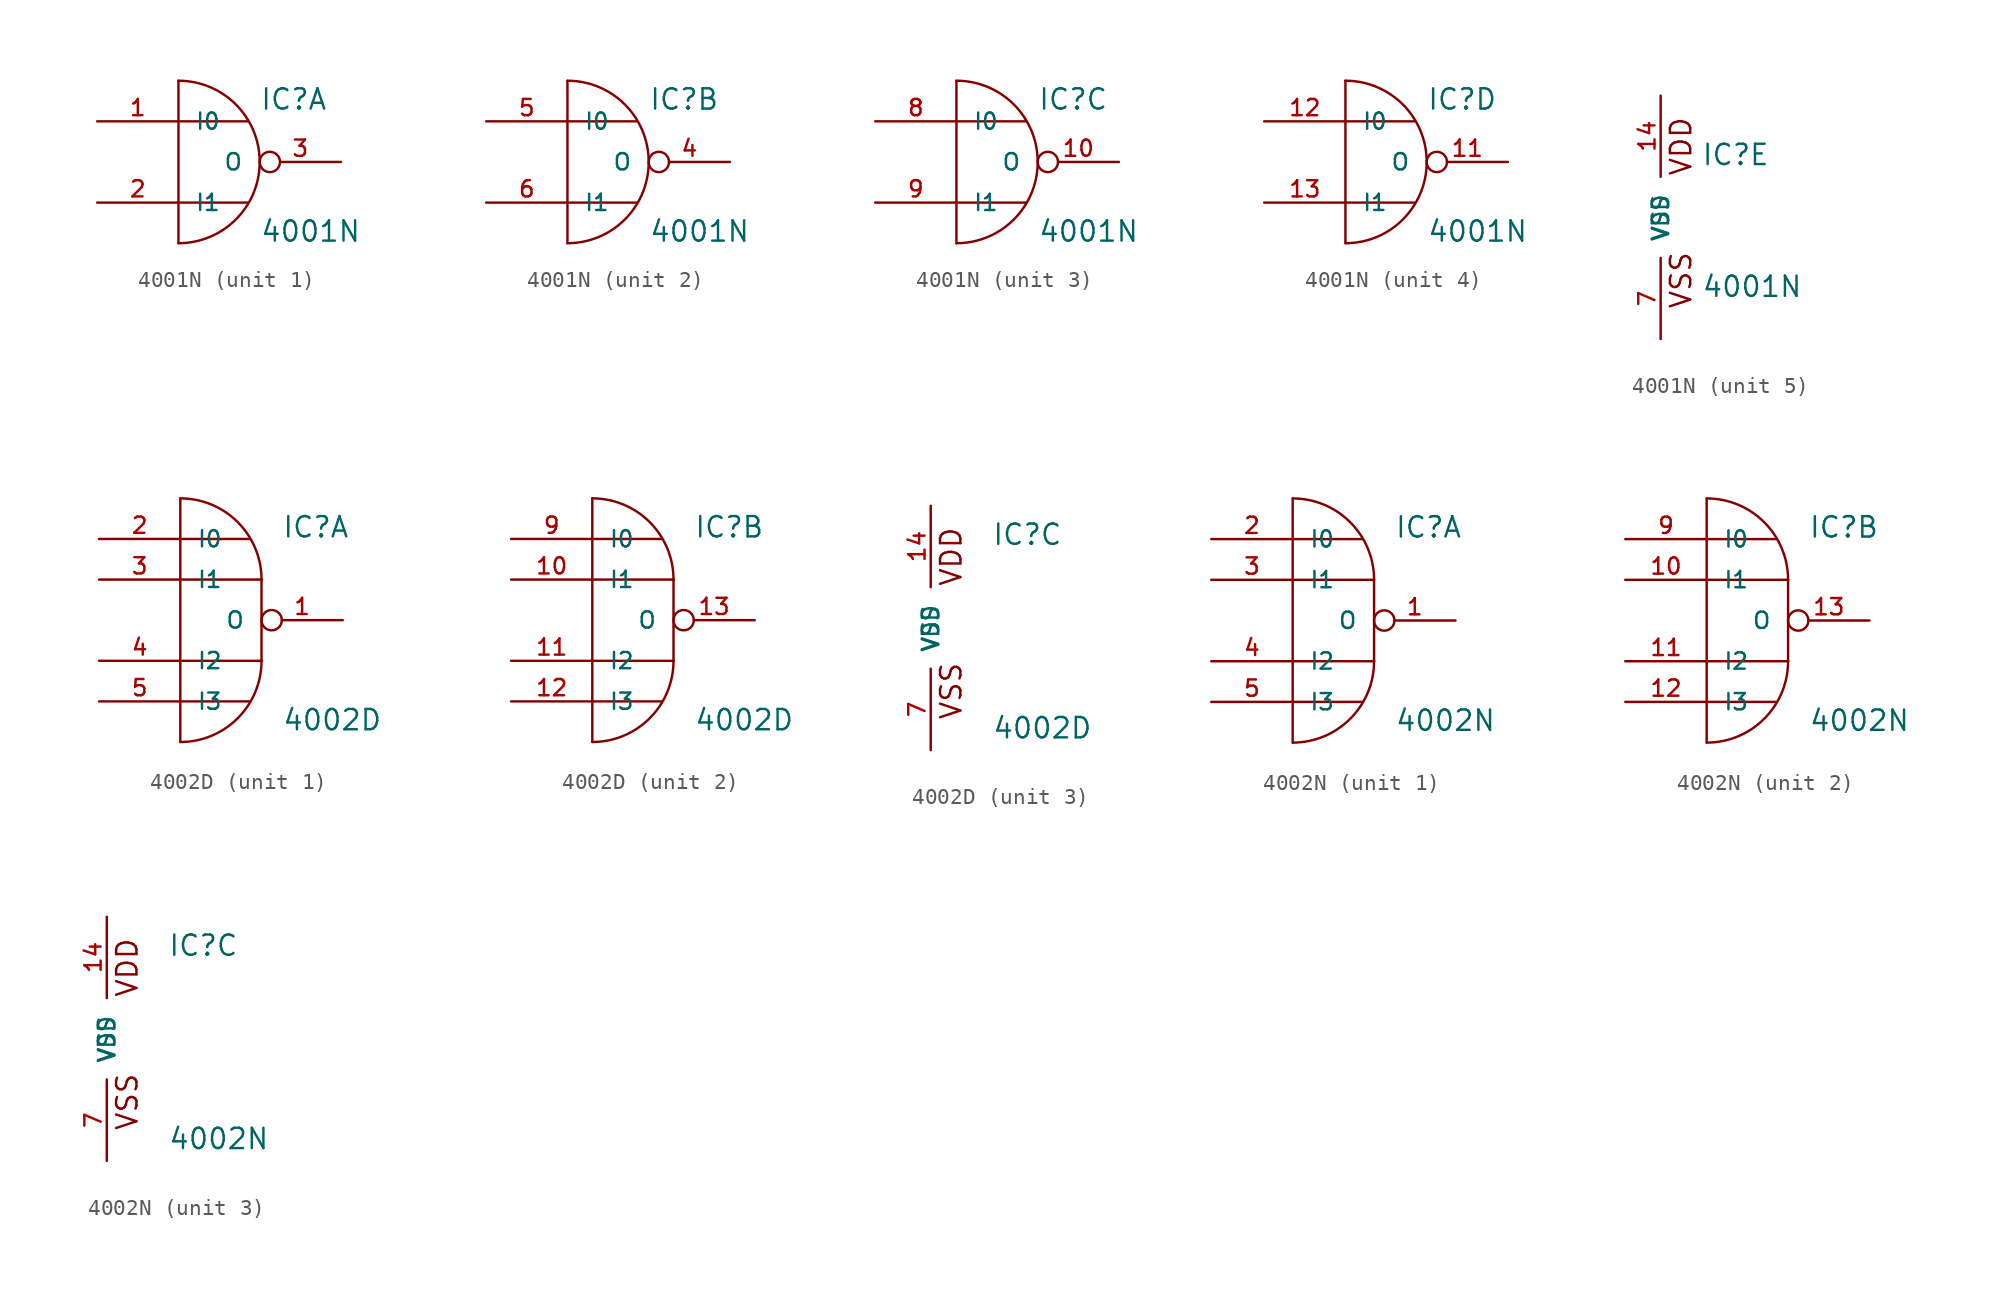
<source format=kicad_sym>
(kicad_symbol_lib
  (version 20211014)
  (generator kicad_symbol_editor)
  (symbol "4001N"
    (pin_names
      (offset 1.016))
    (property "Reference" "IC"
      (at 2.54 3.175 0)
      (effects (font (size 1.27 1.27)) (justify left bottom)))
    (property "Value" "4001N"
      (at 2.54 -5.08 0)
      (effects (font (size 1.27 1.27)) (justify left bottom)))
    (property "ki_locked" ""
      (at 0 0 0)
      (effects (font (size 1.27 1.27))))
    (symbol "4001N_1_0"
      (polyline (pts (xy -2.54 -5.08) (xy -2.54 5.08)) (stroke (width 0) (type default) (color 0 0 0 0)) (fill (type none)))
      (polyline (pts (xy -2.54 -2.54) (xy 1.778 -2.54)) (stroke (width 0) (type default) (color 0 0 0 0)) (fill (type none)))
      (polyline (pts (xy -2.54 2.54) (xy 1.778 2.54)) (stroke (width 0) (type default) (color 0 0 0 0)) (fill (type none))))
    (symbol "4001N_1_1"
      (arc (start -2.54 -5.08) (mid 2.54 0) (end -2.54 5.08) (stroke (width 0) (type default) (color 0 0 0 0)) (fill (type none)))
      (pin input line (at -7.62 2.54 0) (length 5.08) (name "I0" (effects (font (size 1.016 1.016)))) (number "1" (effects (font (size 1.016 1.016)))))
      (pin input line (at -7.62 -2.54 0) (length 5.08) (name "I1" (effects (font (size 1.016 1.016)))) (number "2" (effects (font (size 1.016 1.016)))))
      (pin output inverted (at 7.62 0 180) (length 5.08) (name "O" (effects (font (size 1.016 1.016)))) (number "3" (effects (font (size 1.016 1.016))))))
    (symbol "4001N_2_0"
      (polyline (pts (xy -2.54 -5.08) (xy -2.54 5.08)) (stroke (width 0) (type default) (color 0 0 0 0)) (fill (type none)))
      (polyline (pts (xy -2.54 -2.54) (xy 1.778 -2.54)) (stroke (width 0) (type default) (color 0 0 0 0)) (fill (type none)))
      (polyline (pts (xy -2.54 2.54) (xy 1.778 2.54)) (stroke (width 0) (type default) (color 0 0 0 0)) (fill (type none))))
    (symbol "4001N_2_1"
      (arc (start -2.54 -5.08) (mid 2.54 0) (end -2.54 5.08) (stroke (width 0) (type default) (color 0 0 0 0)) (fill (type none)))
      (pin output inverted (at 7.62 0 180) (length 5.08) (name "O" (effects (font (size 1.016 1.016)))) (number "4" (effects (font (size 1.016 1.016)))))
      (pin input line (at -7.62 2.54 0) (length 5.08) (name "I0" (effects (font (size 1.016 1.016)))) (number "5" (effects (font (size 1.016 1.016)))))
      (pin input line (at -7.62 -2.54 0) (length 5.08) (name "I1" (effects (font (size 1.016 1.016)))) (number "6" (effects (font (size 1.016 1.016))))))
    (symbol "4001N_3_0"
      (polyline (pts (xy -2.54 -5.08) (xy -2.54 5.08)) (stroke (width 0) (type default) (color 0 0 0 0)) (fill (type none)))
      (polyline (pts (xy -2.54 -2.54) (xy 1.778 -2.54)) (stroke (width 0) (type default) (color 0 0 0 0)) (fill (type none)))
      (polyline (pts (xy -2.54 2.54) (xy 1.778 2.54)) (stroke (width 0) (type default) (color 0 0 0 0)) (fill (type none))))
    (symbol "4001N_3_1"
      (arc (start -2.54 -5.08) (mid 2.54 0) (end -2.54 5.08) (stroke (width 0) (type default) (color 0 0 0 0)) (fill (type none)))
      (pin output inverted (at 7.62 0 180) (length 5.08) (name "O" (effects (font (size 1.016 1.016)))) (number "10" (effects (font (size 1.016 1.016)))))
      (pin input line (at -7.62 2.54 0) (length 5.08) (name "I0" (effects (font (size 1.016 1.016)))) (number "8" (effects (font (size 1.016 1.016)))))
      (pin input line (at -7.62 -2.54 0) (length 5.08) (name "I1" (effects (font (size 1.016 1.016)))) (number "9" (effects (font (size 1.016 1.016))))))
    (symbol "4001N_4_0"
      (polyline (pts (xy -2.54 -5.08) (xy -2.54 5.08)) (stroke (width 0) (type default) (color 0 0 0 0)) (fill (type none)))
      (polyline (pts (xy -2.54 -2.54) (xy 1.778 -2.54)) (stroke (width 0) (type default) (color 0 0 0 0)) (fill (type none)))
      (polyline (pts (xy -2.54 2.54) (xy 1.778 2.54)) (stroke (width 0) (type default) (color 0 0 0 0)) (fill (type none))))
    (symbol "4001N_4_1"
      (arc (start -2.54 -5.08) (mid 2.54 0) (end -2.54 5.08) (stroke (width 0) (type default) (color 0 0 0 0)) (fill (type none)))
      (pin output inverted (at 7.62 0 180) (length 5.08) (name "O" (effects (font (size 1.016 1.016)))) (number "11" (effects (font (size 1.016 1.016)))))
      (pin input line (at -7.62 2.54 0) (length 5.08) (name "I0" (effects (font (size 1.016 1.016)))) (number "12" (effects (font (size 1.016 1.016)))))
      (pin input line (at -7.62 -2.54 0) (length 5.08) (name "I1" (effects (font (size 1.016 1.016)))) (number "13" (effects (font (size 1.016 1.016))))))
    (symbol "4001N_5_0"
      (text "VDD" (at 1.27 4.445 1) (effects (font (size 1.27 1.27))))
      (text "VSS" (at 1.27 -3.937 1) (effects (font (size 1.27 1.27)))))
    (symbol "4001N_5_1"
      (pin power_in line (at 0 7.62 270) (length 5.08) (name "VDD" (effects (font (size 1.016 1.016)))) (number "14" (effects (font (size 1.016 1.016)))))
      (pin power_in line (at 0 -7.62 90) (length 5.08) (name "VSS" (effects (font (size 1.016 1.016)))) (number "7" (effects (font (size 1.016 1.016)))))))
  (symbol "4002D"
    (pin_names
      (offset 1.016))
    (property "Reference" "IC"
      (at 3.81 5.08 0)
      (effects (font (size 1.27 1.27)) (justify left bottom)))
    (property "Value" "4002D"
      (at 3.81 -6.985 0)
      (effects (font (size 1.27 1.27)) (justify left bottom)))
    (property "ki_locked" ""
      (at 0 0 0)
      (effects (font (size 1.27 1.27))))
    (symbol "4002D_1_0"
      (polyline (pts (xy -2.54 -5.08) (xy 1.778 -5.08)) (stroke (width 0) (type default) (color 0 0 0 0)) (fill (type none)))
      (polyline (pts (xy -2.54 -2.54) (xy 2.54 -2.54)) (stroke (width 0) (type default) (color 0 0 0 0)) (fill (type none)))
      (polyline (pts (xy -2.54 2.54) (xy 2.54 2.54)) (stroke (width 0) (type default) (color 0 0 0 0)) (fill (type none)))
      (polyline (pts (xy -2.54 5.08) (xy 1.778 5.08)) (stroke (width 0) (type default) (color 0 0 0 0)) (fill (type none)))
      (polyline (pts (xy -2.54 7.62) (xy -2.54 -7.62)) (stroke (width 0) (type default) (color 0 0 0 0)) (fill (type none)))
      (polyline (pts (xy 2.54 2.54) (xy 2.54 -2.54)) (stroke (width 0) (type default) (color 0 0 0 0)) (fill (type none))))
    (symbol "4002D_1_1"
      (arc (start -2.54 -7.62) (mid 1.0521 -6.1321) (end 2.54 -2.54) (stroke (width 0) (type default) (color 0 0 0 0)) (fill (type none)))
      (arc (start 2.54 2.54) (mid 1.0521 6.1321) (end -2.54 7.62) (stroke (width 0) (type default) (color 0 0 0 0)) (fill (type none)))
      (pin output inverted (at 7.62 0 180) (length 5.08) (name "O" (effects (font (size 1.016 1.016)))) (number "1" (effects (font (size 1.016 1.016)))))
      (pin input line (at -7.62 5.08 0) (length 5.08) (name "I0" (effects (font (size 1.016 1.016)))) (number "2" (effects (font (size 1.016 1.016)))))
      (pin input line (at -7.62 2.54 0) (length 5.08) (name "I1" (effects (font (size 1.016 1.016)))) (number "3" (effects (font (size 1.016 1.016)))))
      (pin input line (at -7.62 -2.54 0) (length 5.08) (name "I2" (effects (font (size 1.016 1.016)))) (number "4" (effects (font (size 1.016 1.016)))))
      (pin input line (at -7.62 -5.08 0) (length 5.08) (name "I3" (effects (font (size 1.016 1.016)))) (number "5" (effects (font (size 1.016 1.016))))))
    (symbol "4002D_2_0"
      (polyline (pts (xy -2.54 -5.08) (xy 1.778 -5.08)) (stroke (width 0) (type default) (color 0 0 0 0)) (fill (type none)))
      (polyline (pts (xy -2.54 -2.54) (xy 2.54 -2.54)) (stroke (width 0) (type default) (color 0 0 0 0)) (fill (type none)))
      (polyline (pts (xy -2.54 2.54) (xy 2.54 2.54)) (stroke (width 0) (type default) (color 0 0 0 0)) (fill (type none)))
      (polyline (pts (xy -2.54 5.08) (xy 1.778 5.08)) (stroke (width 0) (type default) (color 0 0 0 0)) (fill (type none)))
      (polyline (pts (xy -2.54 7.62) (xy -2.54 -7.62)) (stroke (width 0) (type default) (color 0 0 0 0)) (fill (type none)))
      (polyline (pts (xy 2.54 2.54) (xy 2.54 -2.54)) (stroke (width 0) (type default) (color 0 0 0 0)) (fill (type none))))
    (symbol "4002D_2_1"
      (arc (start -2.54 -7.62) (mid 1.0521 -6.1321) (end 2.54 -2.54) (stroke (width 0) (type default) (color 0 0 0 0)) (fill (type none)))
      (arc (start 2.54 2.54) (mid 1.0521 6.1321) (end -2.54 7.62) (stroke (width 0) (type default) (color 0 0 0 0)) (fill (type none)))
      (pin input line (at -7.62 2.54 0) (length 5.08) (name "I1" (effects (font (size 1.016 1.016)))) (number "10" (effects (font (size 1.016 1.016)))))
      (pin input line (at -7.62 -2.54 0) (length 5.08) (name "I2" (effects (font (size 1.016 1.016)))) (number "11" (effects (font (size 1.016 1.016)))))
      (pin input line (at -7.62 -5.08 0) (length 5.08) (name "I3" (effects (font (size 1.016 1.016)))) (number "12" (effects (font (size 1.016 1.016)))))
      (pin output inverted (at 7.62 0 180) (length 5.08) (name "O" (effects (font (size 1.016 1.016)))) (number "13" (effects (font (size 1.016 1.016)))))
      (pin input line (at -7.62 5.08 0) (length 5.08) (name "I0" (effects (font (size 1.016 1.016)))) (number "9" (effects (font (size 1.016 1.016))))))
    (symbol "4002D_3_0"
      (text "VDD" (at 1.27 4.445 1) (effects (font (size 1.27 1.27))))
      (text "VSS" (at 1.27 -3.937 1) (effects (font (size 1.27 1.27)))))
    (symbol "4002D_3_1"
      (pin power_in line (at 0 7.62 270) (length 5.08) (name "VDD" (effects (font (size 1.016 1.016)))) (number "14" (effects (font (size 1.016 1.016)))))
      (pin power_in line (at 0 -7.62 90) (length 5.08) (name "VSS" (effects (font (size 1.016 1.016)))) (number "7" (effects (font (size 1.016 1.016)))))))
  (symbol "4002N"
    (pin_names
      (offset 1.016))
    (property "Reference" "IC"
      (at 3.81 5.08 0)
      (effects (font (size 1.27 1.27)) (justify left bottom)))
    (property "Value" "4002N"
      (at 3.81 -6.985 0)
      (effects (font (size 1.27 1.27)) (justify left bottom)))
    (property "ki_locked" ""
      (at 0 0 0)
      (effects (font (size 1.27 1.27))))
    (symbol "4002N_1_0"
      (polyline (pts (xy -2.54 -5.08) (xy 1.778 -5.08)) (stroke (width 0) (type default) (color 0 0 0 0)) (fill (type none)))
      (polyline (pts (xy -2.54 -2.54) (xy 2.54 -2.54)) (stroke (width 0) (type default) (color 0 0 0 0)) (fill (type none)))
      (polyline (pts (xy -2.54 2.54) (xy 2.54 2.54)) (stroke (width 0) (type default) (color 0 0 0 0)) (fill (type none)))
      (polyline (pts (xy -2.54 5.08) (xy 1.778 5.08)) (stroke (width 0) (type default) (color 0 0 0 0)) (fill (type none)))
      (polyline (pts (xy -2.54 7.62) (xy -2.54 -7.62)) (stroke (width 0) (type default) (color 0 0 0 0)) (fill (type none)))
      (polyline (pts (xy 2.54 2.54) (xy 2.54 -2.54)) (stroke (width 0) (type default) (color 0 0 0 0)) (fill (type none))))
    (symbol "4002N_1_1"
      (arc (start -2.54 -7.62) (mid 1.0521 -6.1321) (end 2.54 -2.54) (stroke (width 0) (type default) (color 0 0 0 0)) (fill (type none)))
      (arc (start 2.54 2.54) (mid 1.0521 6.1321) (end -2.54 7.62) (stroke (width 0) (type default) (color 0 0 0 0)) (fill (type none)))
      (pin output inverted (at 7.62 0 180) (length 5.08) (name "O" (effects (font (size 1.016 1.016)))) (number "1" (effects (font (size 1.016 1.016)))))
      (pin input line (at -7.62 5.08 0) (length 5.08) (name "I0" (effects (font (size 1.016 1.016)))) (number "2" (effects (font (size 1.016 1.016)))))
      (pin input line (at -7.62 2.54 0) (length 5.08) (name "I1" (effects (font (size 1.016 1.016)))) (number "3" (effects (font (size 1.016 1.016)))))
      (pin input line (at -7.62 -2.54 0) (length 5.08) (name "I2" (effects (font (size 1.016 1.016)))) (number "4" (effects (font (size 1.016 1.016)))))
      (pin input line (at -7.62 -5.08 0) (length 5.08) (name "I3" (effects (font (size 1.016 1.016)))) (number "5" (effects (font (size 1.016 1.016))))))
    (symbol "4002N_2_0"
      (polyline (pts (xy -2.54 -5.08) (xy 1.778 -5.08)) (stroke (width 0) (type default) (color 0 0 0 0)) (fill (type none)))
      (polyline (pts (xy -2.54 -2.54) (xy 2.54 -2.54)) (stroke (width 0) (type default) (color 0 0 0 0)) (fill (type none)))
      (polyline (pts (xy -2.54 2.54) (xy 2.54 2.54)) (stroke (width 0) (type default) (color 0 0 0 0)) (fill (type none)))
      (polyline (pts (xy -2.54 5.08) (xy 1.778 5.08)) (stroke (width 0) (type default) (color 0 0 0 0)) (fill (type none)))
      (polyline (pts (xy -2.54 7.62) (xy -2.54 -7.62)) (stroke (width 0) (type default) (color 0 0 0 0)) (fill (type none)))
      (polyline (pts (xy 2.54 2.54) (xy 2.54 -2.54)) (stroke (width 0) (type default) (color 0 0 0 0)) (fill (type none))))
    (symbol "4002N_2_1"
      (arc (start -2.54 -7.62) (mid 1.0521 -6.1321) (end 2.54 -2.54) (stroke (width 0) (type default) (color 0 0 0 0)) (fill (type none)))
      (arc (start 2.54 2.54) (mid 1.0521 6.1321) (end -2.54 7.62) (stroke (width 0) (type default) (color 0 0 0 0)) (fill (type none)))
      (pin input line (at -7.62 2.54 0) (length 5.08) (name "I1" (effects (font (size 1.016 1.016)))) (number "10" (effects (font (size 1.016 1.016)))))
      (pin input line (at -7.62 -2.54 0) (length 5.08) (name "I2" (effects (font (size 1.016 1.016)))) (number "11" (effects (font (size 1.016 1.016)))))
      (pin input line (at -7.62 -5.08 0) (length 5.08) (name "I3" (effects (font (size 1.016 1.016)))) (number "12" (effects (font (size 1.016 1.016)))))
      (pin output inverted (at 7.62 0 180) (length 5.08) (name "O" (effects (font (size 1.016 1.016)))) (number "13" (effects (font (size 1.016 1.016)))))
      (pin input line (at -7.62 5.08 0) (length 5.08) (name "I0" (effects (font (size 1.016 1.016)))) (number "9" (effects (font (size 1.016 1.016))))))
    (symbol "4002N_3_0"
      (text "VDD" (at 1.27 4.445 1) (effects (font (size 1.27 1.27))))
      (text "VSS" (at 1.27 -3.937 1) (effects (font (size 1.27 1.27)))))
    (symbol "4002N_3_1"
      (pin power_in line (at 0 7.62 270) (length 5.08) (name "VDD" (effects (font (size 1.016 1.016)))) (number "14" (effects (font (size 1.016 1.016)))))
      (pin power_in line (at 0 -7.62 90) (length 5.08) (name "VSS" (effects (font (size 1.016 1.016)))) (number "7" (effects (font (size 1.016 1.016))))))))
</source>
